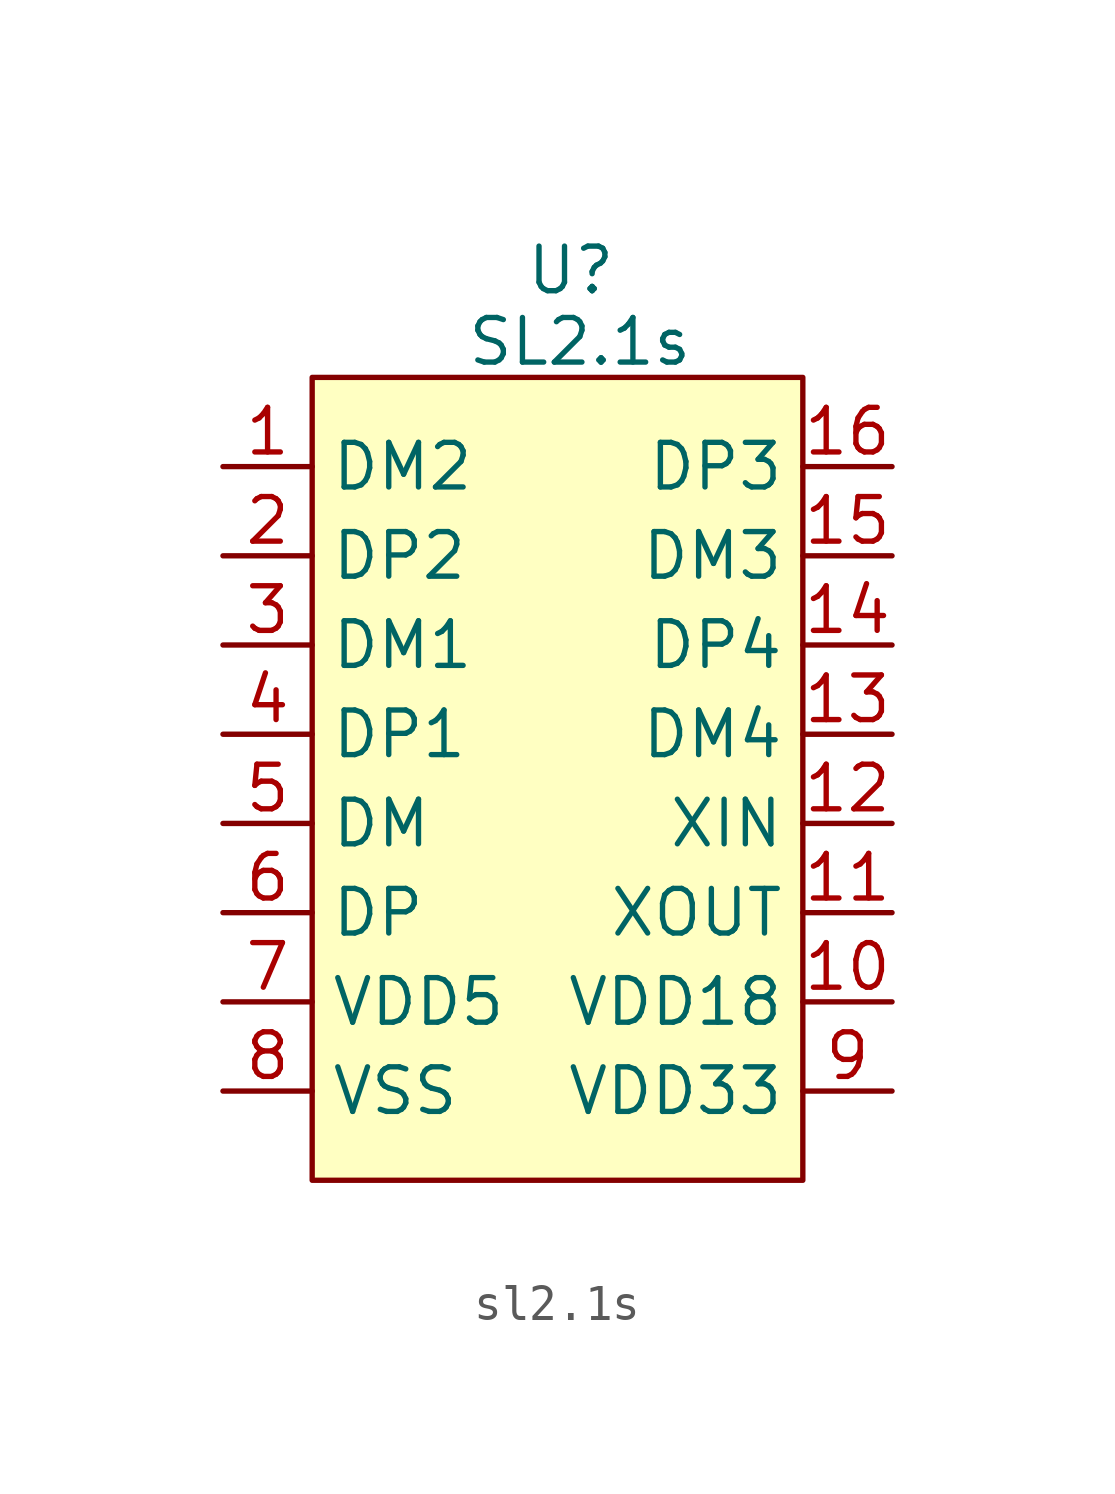
<source format=kicad_sym>
(kicad_symbol_lib
  (version 20231120)
  (generator "kicad_symbol_editor")
  (generator_version "8.0")
  (symbol "sl2.1s"
    (property "Reference" "U"
      (at 7.366 3.048 0)
      (effects (font (size 1.27 1.27))))
    (property "Value" "SL2.1s"
      (at 7.62 1.016 0)
      (effects (font (size 1.27 1.27))))
    (symbol "sl2.1s_0_1"
      (rectangle (start 0 0) (end 13.97 -22.86) (stroke (width 0) (type default)) (fill (type background))))
    (symbol "sl2.1s_1_1"
      (pin bidirectional line (at -2.54 -2.54 0) (length 2.54) (name "DM2" (effects (font (size 1.27 1.27)))) (number "1" (effects (font (size 1.27 1.27)))))
      (pin power_out line (at 16.51 -17.78 180) (length 2.54) (name "VDD18" (effects (font (size 1.27 1.27)))) (number "10" (effects (font (size 1.27 1.27)))))
      (pin output line (at 16.51 -15.24 180) (length 2.54) (name "XOUT" (effects (font (size 1.27 1.27)))) (number "11" (effects (font (size 1.27 1.27)))))
      (pin input line (at 16.51 -12.7 180) (length 2.54) (name "XIN" (effects (font (size 1.27 1.27)))) (number "12" (effects (font (size 1.27 1.27)))))
      (pin bidirectional line (at 16.51 -10.16 180) (length 2.54) (name "DM4" (effects (font (size 1.27 1.27)))) (number "13" (effects (font (size 1.27 1.27)))))
      (pin bidirectional line (at 16.51 -7.62 180) (length 2.54) (name "DP4" (effects (font (size 1.27 1.27)))) (number "14" (effects (font (size 1.27 1.27)))))
      (pin bidirectional line (at 16.51 -5.08 180) (length 2.54) (name "DM3" (effects (font (size 1.27 1.27)))) (number "15" (effects (font (size 1.27 1.27)))))
      (pin bidirectional line (at 16.51 -2.54 180) (length 2.54) (name "DP3" (effects (font (size 1.27 1.27)))) (number "16" (effects (font (size 1.27 1.27)))))
      (pin bidirectional line (at -2.54 -5.08 0) (length 2.54) (name "DP2" (effects (font (size 1.27 1.27)))) (number "2" (effects (font (size 1.27 1.27)))))
      (pin bidirectional line (at -2.54 -7.62 0) (length 2.54) (name "DM1" (effects (font (size 1.27 1.27)))) (number "3" (effects (font (size 1.27 1.27)))))
      (pin bidirectional line (at -2.54 -10.16 0) (length 2.54) (name "DP1" (effects (font (size 1.27 1.27)))) (number "4" (effects (font (size 1.27 1.27)))))
      (pin bidirectional line (at -2.54 -12.7 0) (length 2.54) (name "DM" (effects (font (size 1.27 1.27)))) (number "5" (effects (font (size 1.27 1.27)))))
      (pin bidirectional line (at -2.54 -15.24 0) (length 2.54) (name "DP" (effects (font (size 1.27 1.27)))) (number "6" (effects (font (size 1.27 1.27)))))
      (pin power_in line (at -2.54 -17.78 0) (length 2.54) (name "VDD5" (effects (font (size 1.27 1.27)))) (number "7" (effects (font (size 1.27 1.27)))))
      (pin passive line (at -2.54 -20.32 0) (length 2.54) (name "VSS" (effects (font (size 1.27 1.27)))) (number "8" (effects (font (size 1.27 1.27)))))
      (pin power_out line (at 16.51 -20.32 180) (length 2.54) (name "VDD33" (effects (font (size 1.27 1.27)))) (number "9" (effects (font (size 1.27 1.27))))))))
</source>
